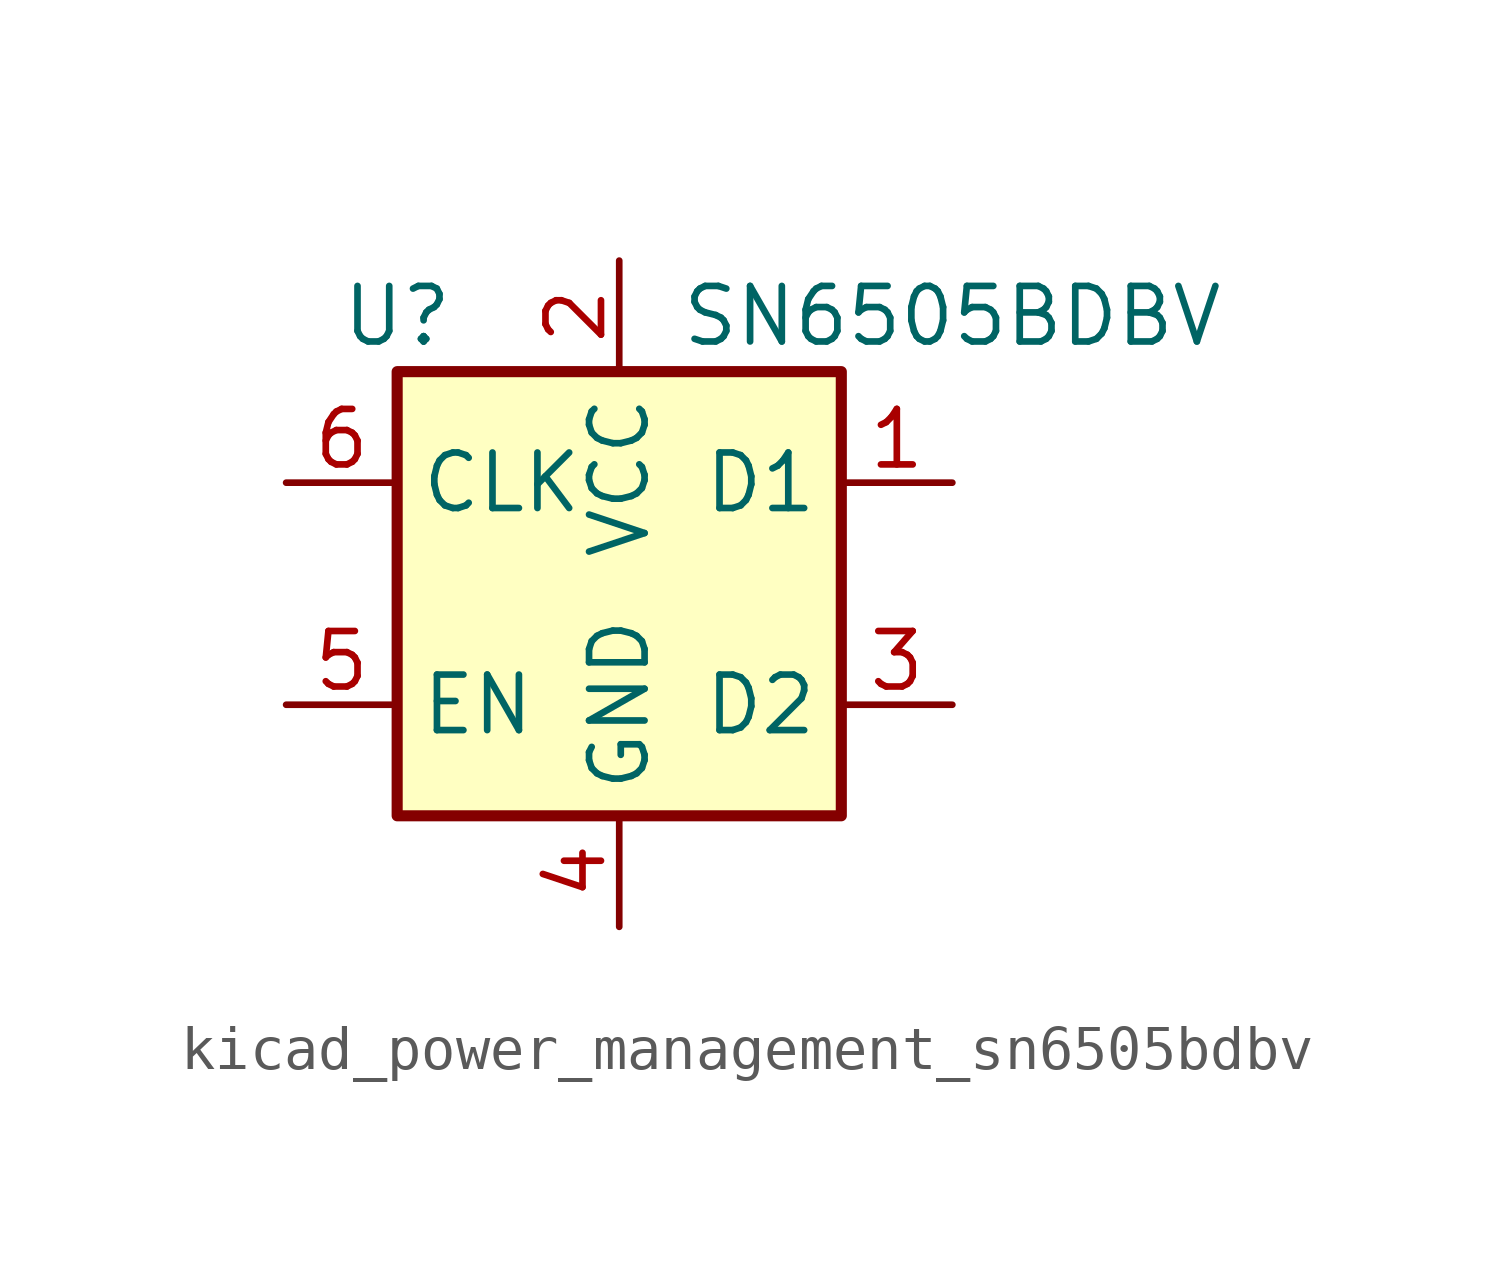
<source format=kicad_sym>
(kicad_symbol_lib
  (version 20220914)
  (generator kicad_symbol_editor)
  (symbol "kicad_power_management_sn6505bdbv"
    (property "Reference" "U"
      (at -5.08 6.35 0)
      (effects (font (size 1.27 1.27))))
    (property "Value" "SN6505BDBV"
      (at 7.62 6.35 0)
      (effects (font (size 1.27 1.27))))
    (symbol "kicad_power_management_sn6505bdbv_0_1"
      (rectangle (start -5.08 5.08) (end 5.08 -5.08) (stroke (width 0.254) (type default)) (fill (type background))))
    (symbol "kicad_power_management_sn6505bdbv_1_1"
      (pin open_collector line (at 7.62 2.54 180) (length 2.54) (name "D1" (effects (font (size 1.27 1.27)))) (number "1" (effects (font (size 1.27 1.27)))))
      (pin power_in line (at 0 7.62 270) (length 2.54) (name "VCC" (effects (font (size 1.27 1.27)))) (number "2" (effects (font (size 1.27 1.27)))))
      (pin open_collector line (at 7.62 -2.54 180) (length 2.54) (name "D2" (effects (font (size 1.27 1.27)))) (number "3" (effects (font (size 1.27 1.27)))))
      (pin power_in line (at 0 -7.62 90) (length 2.54) (name "GND" (effects (font (size 1.27 1.27)))) (number "4" (effects (font (size 1.27 1.27)))))
      (pin input line (at -7.62 -2.54 0) (length 2.54) (name "EN" (effects (font (size 1.27 1.27)))) (number "5" (effects (font (size 1.27 1.27)))))
      (pin input line (at -7.62 2.54 0) (length 2.54) (name "CLK" (effects (font (size 1.27 1.27)))) (number "6" (effects (font (size 1.27 1.27))))))))
</source>
